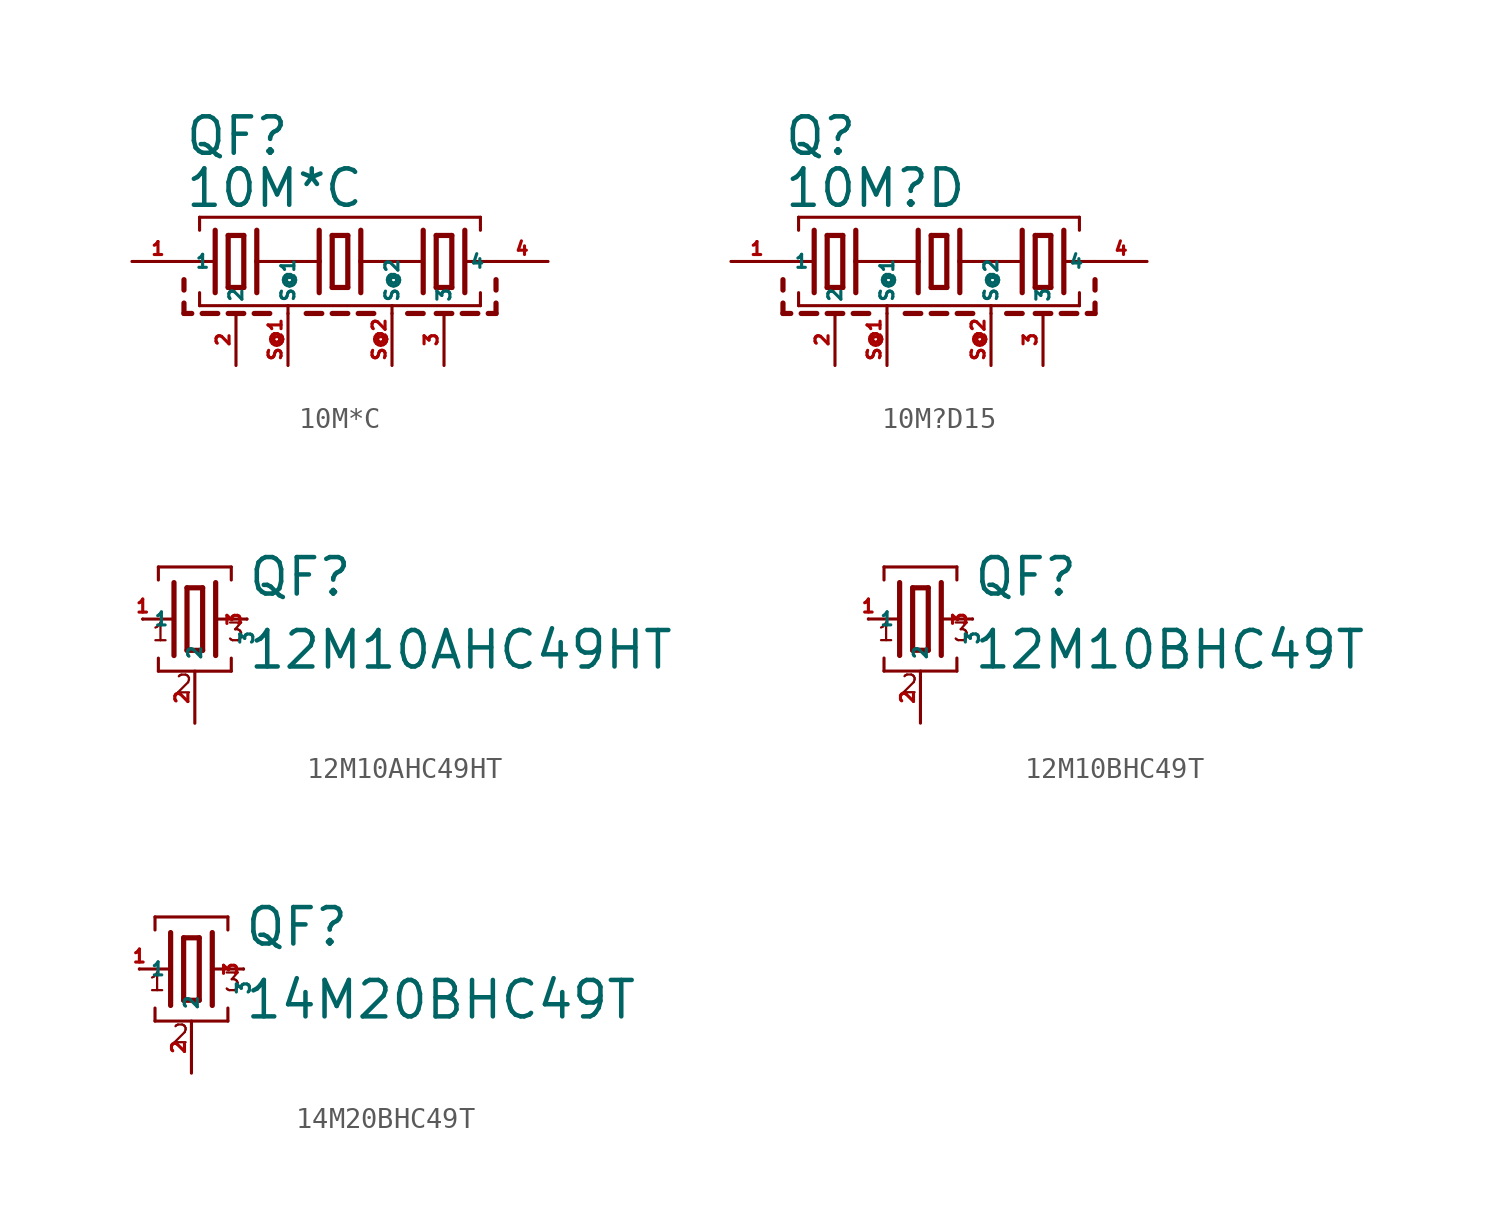
<source format=kicad_sym>
(kicad_symbol_lib
  (version 20220914)
  (generator Eagle2Kicad)
  (symbol "10M*C"
    (property "Reference" "QF"
      (at -7.62 5.08 0)
      (effects (font (size 1.778 1.778) (thickness 0.22)) (justify left bottom)))
    (property "Value" "10M*C"
      (at -7.62 2.54 0)
      (effects (font (size 1.778 1.778) (thickness 0.22)) (justify left bottom)))
    (polyline
      (pts (xy 6.096 0) (xy 7.62 0))
      (stroke (width 0.152) (type default))
      (fill (type none)))
    (polyline
      (pts (xy -7.62 0) (xy -6.096 0))
      (stroke (width 0.152) (type default))
      (fill (type none)))
    (polyline
      (pts (xy -0.381 1.27) (xy -0.381 -1.27))
      (stroke (width 0.254) (type default))
      (fill (type none)))
    (polyline
      (pts (xy -0.381 -1.27) (xy 0.381 -1.27))
      (stroke (width 0.254) (type default))
      (fill (type none)))
    (polyline
      (pts (xy 0.381 -1.27) (xy 0.381 1.27))
      (stroke (width 0.254) (type default))
      (fill (type none)))
    (polyline
      (pts (xy 0.381 1.27) (xy -0.381 1.27))
      (stroke (width 0.254) (type default))
      (fill (type none)))
    (polyline
      (pts (xy 6.096 1.524) (xy 6.096 -1.524))
      (stroke (width 0.254) (type default))
      (fill (type none)))
    (polyline
      (pts (xy -6.096 1.524) (xy -6.096 -1.524))
      (stroke (width 0.254) (type default))
      (fill (type none)))
    (polyline
      (pts (xy -6.858 1.524) (xy -6.858 2.159))
      (stroke (width 0.152) (type default))
      (fill (type none)))
    (polyline
      (pts (xy -6.858 2.159) (xy 6.858 2.159))
      (stroke (width 0.152) (type default))
      (fill (type none)))
    (polyline
      (pts (xy 6.858 2.159) (xy 6.858 1.524))
      (stroke (width 0.152) (type default))
      (fill (type none)))
    (polyline
      (pts (xy 6.858 -1.524) (xy 6.858 -2.159))
      (stroke (width 0.152) (type default))
      (fill (type none)))
    (polyline
      (pts (xy -6.858 -2.159) (xy -2.54 -2.159))
      (stroke (width 0.152) (type default))
      (fill (type none)))
    (polyline
      (pts (xy -2.54 -2.159) (xy 2.54 -2.159))
      (stroke (width 0.152) (type default))
      (fill (type none)))
    (polyline
      (pts (xy 2.54 -2.159) (xy 6.858 -2.159))
      (stroke (width 0.152) (type default))
      (fill (type none)))
    (polyline
      (pts (xy -6.858 -2.159) (xy -6.858 -1.524))
      (stroke (width 0.152) (type default))
      (fill (type none)))
    (polyline
      (pts (xy -1.016 1.524) (xy -1.016 0))
      (stroke (width 0.254) (type default))
      (fill (type none)))
    (polyline
      (pts (xy -1.016 0) (xy -1.016 -1.524))
      (stroke (width 0.254) (type default))
      (fill (type none)))
    (polyline
      (pts (xy 1.016 1.524) (xy 1.016 0))
      (stroke (width 0.254) (type default))
      (fill (type none)))
    (polyline
      (pts (xy 1.016 0) (xy 1.016 -1.524))
      (stroke (width 0.254) (type default))
      (fill (type none)))
    (polyline
      (pts (xy -4.699 1.27) (xy -5.461 1.27))
      (stroke (width 0.254) (type default))
      (fill (type none)))
    (polyline
      (pts (xy -5.461 -1.27) (xy -4.699 -1.27))
      (stroke (width 0.254) (type default))
      (fill (type none)))
    (polyline
      (pts (xy -5.461 1.27) (xy -5.461 -1.27))
      (stroke (width 0.254) (type default))
      (fill (type none)))
    (polyline
      (pts (xy -4.699 -1.27) (xy -4.699 1.27))
      (stroke (width 0.254) (type default))
      (fill (type none)))
    (polyline
      (pts (xy 5.461 -1.27) (xy 5.461 1.27))
      (stroke (width 0.254) (type default))
      (fill (type none)))
    (polyline
      (pts (xy 4.699 1.27) (xy 4.699 -1.27))
      (stroke (width 0.254) (type default))
      (fill (type none)))
    (polyline
      (pts (xy 5.461 1.27) (xy 4.699 1.27))
      (stroke (width 0.254) (type default))
      (fill (type none)))
    (polyline
      (pts (xy 4.699 -1.27) (xy 5.461 -1.27))
      (stroke (width 0.254) (type default))
      (fill (type none)))
    (polyline
      (pts (xy 4.064 1.524) (xy 4.064 -1.524))
      (stroke (width 0.254) (type default))
      (fill (type none)))
    (polyline
      (pts (xy -4.064 1.524) (xy -4.064 0))
      (stroke (width 0.254) (type default))
      (fill (type none)))
    (polyline
      (pts (xy -4.064 0) (xy -4.064 -1.524))
      (stroke (width 0.254) (type default))
      (fill (type none)))
    (polyline
      (pts (xy -4.064 0) (xy -1.016 0))
      (stroke (width 0.152) (type default))
      (fill (type none)))
    (polyline
      (pts (xy 1.016 0) (xy 4.064 0))
      (stroke (width 0.152) (type default))
      (fill (type none)))
    (polyline
      (pts (xy -7.62 -2.032) (xy -7.62 -2.54))
      (stroke (width 0.254) (type default))
      (fill (type none)))
    (polyline
      (pts (xy -7.62 -2.54) (xy -7.239 -2.54))
      (stroke (width 0.254) (type default))
      (fill (type none)))
    (polyline
      (pts (xy -5.461 -2.54) (xy -4.699 -2.54))
      (stroke (width 0.254) (type default))
      (fill (type none)))
    (polyline
      (pts (xy -6.731 -2.54) (xy -5.969 -2.54))
      (stroke (width 0.254) (type default))
      (fill (type none)))
    (polyline
      (pts (xy 4.699 -2.54) (xy 5.461 -2.54))
      (stroke (width 0.254) (type default))
      (fill (type none)))
    (polyline
      (pts (xy -4.191 -2.54) (xy -3.429 -2.54))
      (stroke (width 0.254) (type default))
      (fill (type none)))
    (polyline
      (pts (xy -1.651 -2.54) (xy -0.889 -2.54))
      (stroke (width 0.254) (type default))
      (fill (type none)))
    (polyline
      (pts (xy -0.381 -2.54) (xy 0.381 -2.54))
      (stroke (width 0.254) (type default))
      (fill (type none)))
    (polyline
      (pts (xy 0.889 -2.54) (xy 1.651 -2.54))
      (stroke (width 0.254) (type default))
      (fill (type none)))
    (polyline
      (pts (xy 3.302 -2.54) (xy 4.064 -2.54))
      (stroke (width 0.254) (type default))
      (fill (type none)))
    (polyline
      (pts (xy -2.54 -2.54) (xy -2.54 -2.159))
      (stroke (width 0.152) (type default))
      (fill (type none)))
    (polyline
      (pts (xy 2.54 -2.54) (xy 2.54 -2.159))
      (stroke (width 0.152) (type default))
      (fill (type none)))
    (polyline
      (pts (xy 7.62 -2.54) (xy 7.239 -2.54))
      (stroke (width 0.254) (type default))
      (fill (type none)))
    (polyline
      (pts (xy 6.731 -2.54) (xy 5.969 -2.54))
      (stroke (width 0.254) (type default))
      (fill (type none)))
    (polyline
      (pts (xy 7.62 -2.032) (xy 7.62 -2.54))
      (stroke (width 0.254) (type default))
      (fill (type none)))
    (polyline
      (pts (xy -7.62 -0.889) (xy -7.62 -1.397))
      (stroke (width 0.254) (type default))
      (fill (type none)))
    (polyline
      (pts (xy 7.62 -0.889) (xy 7.62 -1.397))
      (stroke (width 0.254) (type default))
      (fill (type none)))
    (pin passive line
      (at 10.16 0 180)
      (length 2.54)
      (name "4" (effects (font (size 0.635 0.635) (thickness 0.08)) (justify left bottom)))
      (number "4" (effects (font (size 0.635 0.635) (thickness 0.08)) (justify left bottom))))
    (pin passive line
      (at -10.16 0 0)
      (length 2.54)
      (name "1" (effects (font (size 0.635 0.635) (thickness 0.08)) (justify left bottom)))
      (number "1" (effects (font (size 0.635 0.635) (thickness 0.08)) (justify left bottom))))
    (pin passive line
      (at -5.08 -5.08 90)
      (length 2.54)
      (name "2" (effects (font (size 0.635 0.635) (thickness 0.08)) (justify left bottom)))
      (number "2" (effects (font (size 0.635 0.635) (thickness 0.08)) (justify left bottom))))
    (pin passive line
      (at 5.08 -5.08 90)
      (length 2.54)
      (name "3" (effects (font (size 0.635 0.635) (thickness 0.08)) (justify left bottom)))
      (number "3" (effects (font (size 0.635 0.635) (thickness 0.08)) (justify left bottom))))
    (pin passive line
      (at -2.54 -5.08 90)
      (length 2.54)
      (name "S@1" (effects (font (size 0.635 0.635) (thickness 0.08)) (justify left bottom)))
      (number "S@1" (effects (font (size 0.635 0.635) (thickness 0.08)) (justify left bottom))))
    (pin passive line
      (at 2.54 -5.08 90)
      (length 2.54)
      (name "S@2" (effects (font (size 0.635 0.635) (thickness 0.08)) (justify left bottom)))
      (number "S@2" (effects (font (size 0.635 0.635) (thickness 0.08)) (justify left bottom)))))
  (symbol "10M?D15"
    (property "Reference" "Q"
      (at -7.62 5.08 0)
      (effects (font (size 1.778 1.778) (thickness 0.22)) (justify left bottom)))
    (property "Value" "10M?D"
      (at -7.62 2.54 0)
      (effects (font (size 1.778 1.778) (thickness 0.22)) (justify left bottom)))
    (polyline
      (pts (xy 6.096 0) (xy 7.62 0))
      (stroke (width 0.152) (type default))
      (fill (type none)))
    (polyline
      (pts (xy -7.62 0) (xy -6.096 0))
      (stroke (width 0.152) (type default))
      (fill (type none)))
    (polyline
      (pts (xy -0.381 1.27) (xy -0.381 -1.27))
      (stroke (width 0.254) (type default))
      (fill (type none)))
    (polyline
      (pts (xy -0.381 -1.27) (xy 0.381 -1.27))
      (stroke (width 0.254) (type default))
      (fill (type none)))
    (polyline
      (pts (xy 0.381 -1.27) (xy 0.381 1.27))
      (stroke (width 0.254) (type default))
      (fill (type none)))
    (polyline
      (pts (xy 0.381 1.27) (xy -0.381 1.27))
      (stroke (width 0.254) (type default))
      (fill (type none)))
    (polyline
      (pts (xy 6.096 1.524) (xy 6.096 -1.524))
      (stroke (width 0.254) (type default))
      (fill (type none)))
    (polyline
      (pts (xy -6.096 1.524) (xy -6.096 -1.524))
      (stroke (width 0.254) (type default))
      (fill (type none)))
    (polyline
      (pts (xy -6.858 1.524) (xy -6.858 2.159))
      (stroke (width 0.152) (type default))
      (fill (type none)))
    (polyline
      (pts (xy -6.858 2.159) (xy 6.858 2.159))
      (stroke (width 0.152) (type default))
      (fill (type none)))
    (polyline
      (pts (xy 6.858 2.159) (xy 6.858 1.524))
      (stroke (width 0.152) (type default))
      (fill (type none)))
    (polyline
      (pts (xy 6.858 -1.524) (xy 6.858 -2.159))
      (stroke (width 0.152) (type default))
      (fill (type none)))
    (polyline
      (pts (xy -6.858 -2.159) (xy -2.54 -2.159))
      (stroke (width 0.152) (type default))
      (fill (type none)))
    (polyline
      (pts (xy -2.54 -2.159) (xy 2.54 -2.159))
      (stroke (width 0.152) (type default))
      (fill (type none)))
    (polyline
      (pts (xy 2.54 -2.159) (xy 6.858 -2.159))
      (stroke (width 0.152) (type default))
      (fill (type none)))
    (polyline
      (pts (xy -6.858 -2.159) (xy -6.858 -1.524))
      (stroke (width 0.152) (type default))
      (fill (type none)))
    (polyline
      (pts (xy -1.016 1.524) (xy -1.016 0))
      (stroke (width 0.254) (type default))
      (fill (type none)))
    (polyline
      (pts (xy -1.016 0) (xy -1.016 -1.524))
      (stroke (width 0.254) (type default))
      (fill (type none)))
    (polyline
      (pts (xy 1.016 1.524) (xy 1.016 0))
      (stroke (width 0.254) (type default))
      (fill (type none)))
    (polyline
      (pts (xy 1.016 0) (xy 1.016 -1.524))
      (stroke (width 0.254) (type default))
      (fill (type none)))
    (polyline
      (pts (xy -4.699 1.27) (xy -5.461 1.27))
      (stroke (width 0.254) (type default))
      (fill (type none)))
    (polyline
      (pts (xy -5.461 -1.27) (xy -4.699 -1.27))
      (stroke (width 0.254) (type default))
      (fill (type none)))
    (polyline
      (pts (xy -5.461 1.27) (xy -5.461 -1.27))
      (stroke (width 0.254) (type default))
      (fill (type none)))
    (polyline
      (pts (xy -4.699 -1.27) (xy -4.699 1.27))
      (stroke (width 0.254) (type default))
      (fill (type none)))
    (polyline
      (pts (xy 5.461 -1.27) (xy 5.461 1.27))
      (stroke (width 0.254) (type default))
      (fill (type none)))
    (polyline
      (pts (xy 4.699 1.27) (xy 4.699 -1.27))
      (stroke (width 0.254) (type default))
      (fill (type none)))
    (polyline
      (pts (xy 5.461 1.27) (xy 4.699 1.27))
      (stroke (width 0.254) (type default))
      (fill (type none)))
    (polyline
      (pts (xy 4.699 -1.27) (xy 5.461 -1.27))
      (stroke (width 0.254) (type default))
      (fill (type none)))
    (polyline
      (pts (xy 4.064 1.524) (xy 4.064 -1.524))
      (stroke (width 0.254) (type default))
      (fill (type none)))
    (polyline
      (pts (xy -4.064 1.524) (xy -4.064 0))
      (stroke (width 0.254) (type default))
      (fill (type none)))
    (polyline
      (pts (xy -4.064 0) (xy -4.064 -1.524))
      (stroke (width 0.254) (type default))
      (fill (type none)))
    (polyline
      (pts (xy -4.064 0) (xy -1.016 0))
      (stroke (width 0.152) (type default))
      (fill (type none)))
    (polyline
      (pts (xy 1.016 0) (xy 4.064 0))
      (stroke (width 0.152) (type default))
      (fill (type none)))
    (polyline
      (pts (xy -7.62 -2.032) (xy -7.62 -2.54))
      (stroke (width 0.254) (type default))
      (fill (type none)))
    (polyline
      (pts (xy -7.62 -2.54) (xy -7.239 -2.54))
      (stroke (width 0.254) (type default))
      (fill (type none)))
    (polyline
      (pts (xy -5.461 -2.54) (xy -4.699 -2.54))
      (stroke (width 0.254) (type default))
      (fill (type none)))
    (polyline
      (pts (xy -6.731 -2.54) (xy -5.969 -2.54))
      (stroke (width 0.254) (type default))
      (fill (type none)))
    (polyline
      (pts (xy 4.699 -2.54) (xy 5.461 -2.54))
      (stroke (width 0.254) (type default))
      (fill (type none)))
    (polyline
      (pts (xy -4.191 -2.54) (xy -3.429 -2.54))
      (stroke (width 0.254) (type default))
      (fill (type none)))
    (polyline
      (pts (xy -1.651 -2.54) (xy -0.889 -2.54))
      (stroke (width 0.254) (type default))
      (fill (type none)))
    (polyline
      (pts (xy -0.381 -2.54) (xy 0.381 -2.54))
      (stroke (width 0.254) (type default))
      (fill (type none)))
    (polyline
      (pts (xy 0.889 -2.54) (xy 1.651 -2.54))
      (stroke (width 0.254) (type default))
      (fill (type none)))
    (polyline
      (pts (xy 3.302 -2.54) (xy 4.064 -2.54))
      (stroke (width 0.254) (type default))
      (fill (type none)))
    (polyline
      (pts (xy -2.54 -2.54) (xy -2.54 -2.159))
      (stroke (width 0.152) (type default))
      (fill (type none)))
    (polyline
      (pts (xy 2.54 -2.54) (xy 2.54 -2.159))
      (stroke (width 0.152) (type default))
      (fill (type none)))
    (polyline
      (pts (xy 7.62 -2.54) (xy 7.239 -2.54))
      (stroke (width 0.254) (type default))
      (fill (type none)))
    (polyline
      (pts (xy 6.731 -2.54) (xy 5.969 -2.54))
      (stroke (width 0.254) (type default))
      (fill (type none)))
    (polyline
      (pts (xy 7.62 -2.032) (xy 7.62 -2.54))
      (stroke (width 0.254) (type default))
      (fill (type none)))
    (polyline
      (pts (xy -7.62 -0.889) (xy -7.62 -1.397))
      (stroke (width 0.254) (type default))
      (fill (type none)))
    (polyline
      (pts (xy 7.62 -0.889) (xy 7.62 -1.397))
      (stroke (width 0.254) (type default))
      (fill (type none)))
    (pin passive line
      (at 10.16 0 180)
      (length 2.54)
      (name "4" (effects (font (size 0.635 0.635) (thickness 0.08)) (justify left bottom)))
      (number "4" (effects (font (size 0.635 0.635) (thickness 0.08)) (justify left bottom))))
    (pin passive line
      (at -10.16 0 0)
      (length 2.54)
      (name "1" (effects (font (size 0.635 0.635) (thickness 0.08)) (justify left bottom)))
      (number "1" (effects (font (size 0.635 0.635) (thickness 0.08)) (justify left bottom))))
    (pin passive line
      (at -5.08 -5.08 90)
      (length 2.54)
      (name "2" (effects (font (size 0.635 0.635) (thickness 0.08)) (justify left bottom)))
      (number "2" (effects (font (size 0.635 0.635) (thickness 0.08)) (justify left bottom))))
    (pin passive line
      (at 5.08 -5.08 90)
      (length 2.54)
      (name "3" (effects (font (size 0.635 0.635) (thickness 0.08)) (justify left bottom)))
      (number "3" (effects (font (size 0.635 0.635) (thickness 0.08)) (justify left bottom))))
    (pin passive line
      (at -2.54 -5.08 90)
      (length 2.54)
      (name "S@1" (effects (font (size 0.635 0.635) (thickness 0.08)) (justify left bottom)))
      (number "S@1" (effects (font (size 0.635 0.635) (thickness 0.08)) (justify left bottom))))
    (pin passive line
      (at 2.54 -5.08 90)
      (length 2.54)
      (name "S@2" (effects (font (size 0.635 0.635) (thickness 0.08)) (justify left bottom)))
      (number "S@2" (effects (font (size 0.635 0.635) (thickness 0.08)) (justify left bottom)))))
  (symbol "12M10AHC49HT"
    (property "Reference" "QF"
      (at 2.54 1.016 0)
      (effects (font (size 1.778 1.778) (thickness 0.22)) (justify left bottom)))
    (property "Value" "12M10AHC49HT"
      (at 2.54 -2.54 0)
      (effects (font (size 1.778 1.778) (thickness 0.22)) (justify left bottom)))
    (polyline
      (pts (xy 1.016 0) (xy 2.54 0))
      (stroke (width 0.152) (type default))
      (fill (type none)))
    (polyline
      (pts (xy -2.54 0) (xy -1.016 0))
      (stroke (width 0.152) (type default))
      (fill (type none)))
    (polyline
      (pts (xy -0.381 1.524) (xy -0.381 -1.524))
      (stroke (width 0.254) (type default))
      (fill (type none)))
    (polyline
      (pts (xy -0.381 -1.524) (xy 0.381 -1.524))
      (stroke (width 0.254) (type default))
      (fill (type none)))
    (polyline
      (pts (xy 0.381 -1.524) (xy 0.381 1.524))
      (stroke (width 0.254) (type default))
      (fill (type none)))
    (polyline
      (pts (xy 0.381 1.524) (xy -0.381 1.524))
      (stroke (width 0.254) (type default))
      (fill (type none)))
    (polyline
      (pts (xy 1.016 1.778) (xy 1.016 -1.778))
      (stroke (width 0.254) (type default))
      (fill (type none)))
    (polyline
      (pts (xy -1.016 1.778) (xy -1.016 -1.778))
      (stroke (width 0.254) (type default))
      (fill (type none)))
    (polyline
      (pts (xy -1.778 1.905) (xy -1.778 2.54))
      (stroke (width 0.152) (type default))
      (fill (type none)))
    (polyline
      (pts (xy -1.778 2.54) (xy 1.778 2.54))
      (stroke (width 0.152) (type default))
      (fill (type none)))
    (polyline
      (pts (xy 1.778 2.54) (xy 1.778 1.905))
      (stroke (width 0.152) (type default))
      (fill (type none)))
    (polyline
      (pts (xy 1.778 -1.905) (xy 1.778 -2.54))
      (stroke (width 0.152) (type default))
      (fill (type none)))
    (polyline
      (pts (xy -1.778 -2.54) (xy 1.778 -2.54))
      (stroke (width 0.152) (type default))
      (fill (type none)))
    (polyline
      (pts (xy -1.778 -2.54) (xy -1.778 -1.905))
      (stroke (width 0.152) (type default))
      (fill (type none)))
    (text "1"
      (at -2.159 -1.143 0)
      (effects (font (size 0.864 0.864) (thickness 0.11)) (justify left bottom)))
    (text "2"
      (at -1.016 -3.683 0)
      (effects (font (size 0.864 0.864) (thickness 0.11)) (justify left bottom)))
    (text "3"
      (at 1.524 -1.143 0)
      (effects (font (size 0.864 0.864) (thickness 0.11)) (justify left bottom)))
    (pin passive line
      (at 2.54 0 270)
      (length 0)
      (name "3" (effects (font (size 0.635 0.635) (thickness 0.08)) (justify left bottom)))
      (number "3" (effects (font (size 0.635 0.635) (thickness 0.08)) (justify left bottom))))
    (pin passive line
      (at -2.54 0 0)
      (length 0)
      (name "1" (effects (font (size 0.635 0.635) (thickness 0.08)) (justify left bottom)))
      (number "1" (effects (font (size 0.635 0.635) (thickness 0.08)) (justify left bottom))))
    (pin passive line
      (at 0 -5.08 90)
      (length 2.54)
      (name "2" (effects (font (size 0.635 0.635) (thickness 0.08)) (justify left bottom)))
      (number "2" (effects (font (size 0.635 0.635) (thickness 0.08)) (justify left bottom)))))
  (symbol "12M10BHC49T"
    (property "Reference" "QF"
      (at 2.54 1.016 0)
      (effects (font (size 1.778 1.778) (thickness 0.22)) (justify left bottom)))
    (property "Value" "12M10BHC49T"
      (at 2.54 -2.54 0)
      (effects (font (size 1.778 1.778) (thickness 0.22)) (justify left bottom)))
    (polyline
      (pts (xy 1.016 0) (xy 2.54 0))
      (stroke (width 0.152) (type default))
      (fill (type none)))
    (polyline
      (pts (xy -2.54 0) (xy -1.016 0))
      (stroke (width 0.152) (type default))
      (fill (type none)))
    (polyline
      (pts (xy -0.381 1.524) (xy -0.381 -1.524))
      (stroke (width 0.254) (type default))
      (fill (type none)))
    (polyline
      (pts (xy -0.381 -1.524) (xy 0.381 -1.524))
      (stroke (width 0.254) (type default))
      (fill (type none)))
    (polyline
      (pts (xy 0.381 -1.524) (xy 0.381 1.524))
      (stroke (width 0.254) (type default))
      (fill (type none)))
    (polyline
      (pts (xy 0.381 1.524) (xy -0.381 1.524))
      (stroke (width 0.254) (type default))
      (fill (type none)))
    (polyline
      (pts (xy 1.016 1.778) (xy 1.016 -1.778))
      (stroke (width 0.254) (type default))
      (fill (type none)))
    (polyline
      (pts (xy -1.016 1.778) (xy -1.016 -1.778))
      (stroke (width 0.254) (type default))
      (fill (type none)))
    (polyline
      (pts (xy -1.778 1.905) (xy -1.778 2.54))
      (stroke (width 0.152) (type default))
      (fill (type none)))
    (polyline
      (pts (xy -1.778 2.54) (xy 1.778 2.54))
      (stroke (width 0.152) (type default))
      (fill (type none)))
    (polyline
      (pts (xy 1.778 2.54) (xy 1.778 1.905))
      (stroke (width 0.152) (type default))
      (fill (type none)))
    (polyline
      (pts (xy 1.778 -1.905) (xy 1.778 -2.54))
      (stroke (width 0.152) (type default))
      (fill (type none)))
    (polyline
      (pts (xy -1.778 -2.54) (xy 1.778 -2.54))
      (stroke (width 0.152) (type default))
      (fill (type none)))
    (polyline
      (pts (xy -1.778 -2.54) (xy -1.778 -1.905))
      (stroke (width 0.152) (type default))
      (fill (type none)))
    (text "1"
      (at -2.159 -1.143 0)
      (effects (font (size 0.864 0.864) (thickness 0.11)) (justify left bottom)))
    (text "2"
      (at -1.016 -3.683 0)
      (effects (font (size 0.864 0.864) (thickness 0.11)) (justify left bottom)))
    (text "3"
      (at 1.524 -1.143 0)
      (effects (font (size 0.864 0.864) (thickness 0.11)) (justify left bottom)))
    (pin passive line
      (at 2.54 0 270)
      (length 0)
      (name "3" (effects (font (size 0.635 0.635) (thickness 0.08)) (justify left bottom)))
      (number "3" (effects (font (size 0.635 0.635) (thickness 0.08)) (justify left bottom))))
    (pin passive line
      (at -2.54 0 0)
      (length 0)
      (name "1" (effects (font (size 0.635 0.635) (thickness 0.08)) (justify left bottom)))
      (number "1" (effects (font (size 0.635 0.635) (thickness 0.08)) (justify left bottom))))
    (pin passive line
      (at 0 -5.08 90)
      (length 2.54)
      (name "2" (effects (font (size 0.635 0.635) (thickness 0.08)) (justify left bottom)))
      (number "2" (effects (font (size 0.635 0.635) (thickness 0.08)) (justify left bottom)))))
  (symbol "14M20BHC49T"
    (property "Reference" "QF"
      (at 2.54 1.016 0)
      (effects (font (size 1.778 1.778) (thickness 0.22)) (justify left bottom)))
    (property "Value" "14M20BHC49T"
      (at 2.54 -2.54 0)
      (effects (font (size 1.778 1.778) (thickness 0.22)) (justify left bottom)))
    (polyline
      (pts (xy 1.016 0) (xy 2.54 0))
      (stroke (width 0.152) (type default))
      (fill (type none)))
    (polyline
      (pts (xy -2.54 0) (xy -1.016 0))
      (stroke (width 0.152) (type default))
      (fill (type none)))
    (polyline
      (pts (xy -0.381 1.524) (xy -0.381 -1.524))
      (stroke (width 0.254) (type default))
      (fill (type none)))
    (polyline
      (pts (xy -0.381 -1.524) (xy 0.381 -1.524))
      (stroke (width 0.254) (type default))
      (fill (type none)))
    (polyline
      (pts (xy 0.381 -1.524) (xy 0.381 1.524))
      (stroke (width 0.254) (type default))
      (fill (type none)))
    (polyline
      (pts (xy 0.381 1.524) (xy -0.381 1.524))
      (stroke (width 0.254) (type default))
      (fill (type none)))
    (polyline
      (pts (xy 1.016 1.778) (xy 1.016 -1.778))
      (stroke (width 0.254) (type default))
      (fill (type none)))
    (polyline
      (pts (xy -1.016 1.778) (xy -1.016 -1.778))
      (stroke (width 0.254) (type default))
      (fill (type none)))
    (polyline
      (pts (xy -1.778 1.905) (xy -1.778 2.54))
      (stroke (width 0.152) (type default))
      (fill (type none)))
    (polyline
      (pts (xy -1.778 2.54) (xy 1.778 2.54))
      (stroke (width 0.152) (type default))
      (fill (type none)))
    (polyline
      (pts (xy 1.778 2.54) (xy 1.778 1.905))
      (stroke (width 0.152) (type default))
      (fill (type none)))
    (polyline
      (pts (xy 1.778 -1.905) (xy 1.778 -2.54))
      (stroke (width 0.152) (type default))
      (fill (type none)))
    (polyline
      (pts (xy -1.778 -2.54) (xy 1.778 -2.54))
      (stroke (width 0.152) (type default))
      (fill (type none)))
    (polyline
      (pts (xy -1.778 -2.54) (xy -1.778 -1.905))
      (stroke (width 0.152) (type default))
      (fill (type none)))
    (text "1"
      (at -2.159 -1.143 0)
      (effects (font (size 0.864 0.864) (thickness 0.11)) (justify left bottom)))
    (text "2"
      (at -1.016 -3.683 0)
      (effects (font (size 0.864 0.864) (thickness 0.11)) (justify left bottom)))
    (text "3"
      (at 1.524 -1.143 0)
      (effects (font (size 0.864 0.864) (thickness 0.11)) (justify left bottom)))
    (pin passive line
      (at 2.54 0 270)
      (length 0)
      (name "3" (effects (font (size 0.635 0.635) (thickness 0.08)) (justify left bottom)))
      (number "3" (effects (font (size 0.635 0.635) (thickness 0.08)) (justify left bottom))))
    (pin passive line
      (at -2.54 0 0)
      (length 0)
      (name "1" (effects (font (size 0.635 0.635) (thickness 0.08)) (justify left bottom)))
      (number "1" (effects (font (size 0.635 0.635) (thickness 0.08)) (justify left bottom))))
    (pin passive line
      (at 0 -5.08 90)
      (length 2.54)
      (name "2" (effects (font (size 0.635 0.635) (thickness 0.08)) (justify left bottom)))
      (number "2" (effects (font (size 0.635 0.635) (thickness 0.08)) (justify left bottom))))))
</source>
